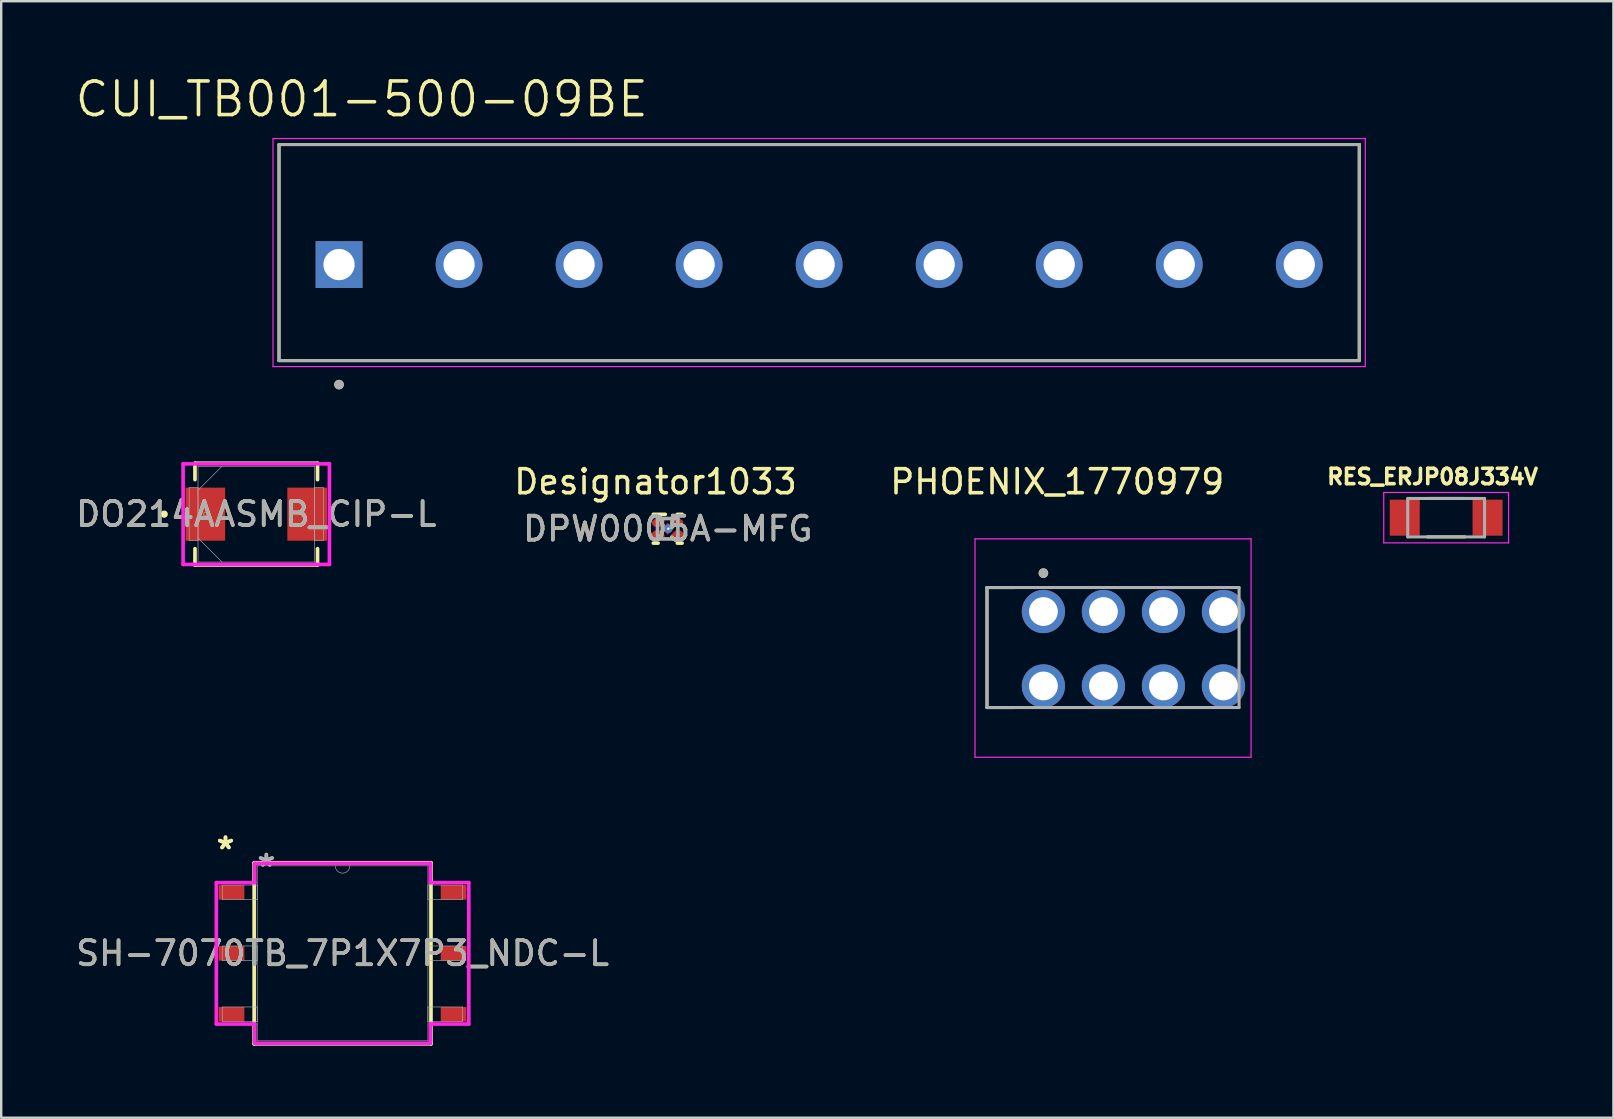
<source format=kicad_pcb>
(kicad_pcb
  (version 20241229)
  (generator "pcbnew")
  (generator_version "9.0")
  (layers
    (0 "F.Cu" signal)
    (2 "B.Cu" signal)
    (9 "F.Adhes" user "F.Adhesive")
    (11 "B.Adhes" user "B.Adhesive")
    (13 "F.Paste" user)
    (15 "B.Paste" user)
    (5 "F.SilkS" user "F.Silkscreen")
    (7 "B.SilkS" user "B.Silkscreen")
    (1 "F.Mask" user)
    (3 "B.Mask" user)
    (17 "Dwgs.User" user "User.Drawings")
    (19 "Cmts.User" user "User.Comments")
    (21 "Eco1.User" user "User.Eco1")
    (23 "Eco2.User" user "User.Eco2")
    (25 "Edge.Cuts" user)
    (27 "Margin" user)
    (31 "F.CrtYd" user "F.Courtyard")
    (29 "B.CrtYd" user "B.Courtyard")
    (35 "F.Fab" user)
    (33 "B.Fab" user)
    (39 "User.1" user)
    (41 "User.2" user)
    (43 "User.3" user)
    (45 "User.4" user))
  (footprint "SH-7070TB_7P1X7P3_NDC-L"
    (layer "F.Cu")
    (at 11.22 36.662)
    (property "Reference" "SH-7070TB_7P1X7P3_NDC-L" (at 0 0 0) (unlocked yes) (layer "F.SilkS") (effects (font (size 1 1) (thickness 0.15))))
    (attr smd)
    (fp_line (start -3.683 -3.772) (end -3.683 3.772) (stroke (width 0.152) (type solid)) (layer "F.SilkS"))
    (fp_line (start -3.683 3.772) (end 3.683 3.772) (stroke (width 0.152) (type solid)) (layer "F.SilkS"))
    (fp_line (start 3.683 -3.772) (end -3.683 -3.772) (stroke (width 0.152) (type solid)) (layer "F.SilkS"))
    (fp_line (start 3.683 3.772) (end 3.683 -3.772) (stroke (width 0.152) (type solid)) (layer "F.SilkS"))
    (fp_line (start -5.258 -2.946) (end -3.658 -2.946) (stroke (width 0.152) (type solid)) (layer "F.CrtYd"))
    (fp_line (start -5.258 2.946) (end -5.258 -2.946) (stroke (width 0.152) (type solid)) (layer "F.CrtYd"))
    (fp_line (start -5.258 2.946) (end -3.658 2.946) (stroke (width 0.152) (type solid)) (layer "F.CrtYd"))
    (fp_line (start -3.658 -3.747) (end 3.658 -3.747) (stroke (width 0.152) (type solid)) (layer "F.CrtYd"))
    (fp_line (start -3.658 -2.946) (end -3.658 -3.747) (stroke (width 0.152) (type solid)) (layer "F.CrtYd"))
    (fp_line (start -3.658 3.747) (end -3.658 2.946) (stroke (width 0.152) (type solid)) (layer "F.CrtYd"))
    (fp_line (start 3.658 -3.747) (end 3.658 -2.946) (stroke (width 0.152) (type solid)) (layer "F.CrtYd"))
    (fp_line (start 3.658 2.946) (end 3.658 3.747) (stroke (width 0.152) (type solid)) (layer "F.CrtYd"))
    (fp_line (start 3.658 3.747) (end -3.658 3.747) (stroke (width 0.152) (type solid)) (layer "F.CrtYd"))
    (fp_line (start 5.258 -2.946) (end 3.658 -2.946) (stroke (width 0.152) (type solid)) (layer "F.CrtYd"))
    (fp_line (start 5.258 -2.946) (end 5.258 2.946) (stroke (width 0.152) (type solid)) (layer "F.CrtYd"))
    (fp_line (start 5.258 2.946) (end 3.658 2.946) (stroke (width 0.152) (type solid)) (layer "F.CrtYd"))
    (fp_line (start -5.004 -2.845) (end -5.004 -2.235) (stroke (width 0.025) (type solid)) (layer "F.Fab"))
    (fp_line (start -5.004 -2.235) (end -3.556 -2.235) (stroke (width 0.025) (type solid)) (layer "F.Fab"))
    (fp_line (start -5.004 -0.305) (end -5.004 0.305) (stroke (width 0.025) (type solid)) (layer "F.Fab"))
    (fp_line (start -5.004 0.305) (end -3.556 0.305) (stroke (width 0.025) (type solid)) (layer "F.Fab"))
    (fp_line (start -5.004 2.235) (end -5.004 2.845) (stroke (width 0.025) (type solid)) (layer "F.Fab"))
    (fp_line (start -5.004 2.845) (end -3.556 2.845) (stroke (width 0.025) (type solid)) (layer "F.Fab"))
    (fp_line (start -3.556 -3.645) (end -3.556 3.645) (stroke (width 0.025) (type solid)) (layer "F.Fab"))
    (fp_line (start -3.556 -2.845) (end -5.004 -2.845) (stroke (width 0.025) (type solid)) (layer "F.Fab"))
    (fp_line (start -3.556 -2.235) (end -3.556 -2.845) (stroke (width 0.025) (type solid)) (layer "F.Fab"))
    (fp_line (start -3.556 -0.305) (end -5.004 -0.305) (stroke (width 0.025) (type solid)) (layer "F.Fab"))
    (fp_line (start -3.556 0.305) (end -3.556 -0.305) (stroke (width 0.025) (type solid)) (layer "F.Fab"))
    (fp_line (start -3.556 2.235) (end -5.004 2.235) (stroke (width 0.025) (type solid)) (layer "F.Fab"))
    (fp_line (start -3.556 2.845) (end -3.556 2.235) (stroke (width 0.025) (type solid)) (layer "F.Fab"))
    (fp_line (start -3.556 3.645) (end 3.556 3.645) (stroke (width 0.025) (type solid)) (layer "F.Fab"))
    (fp_line (start 3.556 -3.645) (end -3.556 -3.645) (stroke (width 0.025) (type solid)) (layer "F.Fab"))
    (fp_line (start 3.556 -2.845) (end 3.556 -2.235) (stroke (width 0.025) (type solid)) (layer "F.Fab"))
    (fp_line (start 3.556 -2.235) (end 5.004 -2.235) (stroke (width 0.025) (type solid)) (layer "F.Fab"))
    (fp_line (start 3.556 -0.305) (end 3.556 0.305) (stroke (width 0.025) (type solid)) (layer "F.Fab"))
    (fp_line (start 3.556 0.305) (end 5.004 0.305) (stroke (width 0.025) (type solid)) (layer "F.Fab"))
    (fp_line (start 3.556 2.235) (end 3.556 2.845) (stroke (width 0.025) (type solid)) (layer "F.Fab"))
    (fp_line (start 3.556 2.845) (end 5.004 2.845) (stroke (width 0.025) (type solid)) (layer "F.Fab"))
    (fp_line (start 3.556 3.645) (end 3.556 -3.645) (stroke (width 0.025) (type solid)) (layer "F.Fab"))
    (fp_line (start 5.004 -2.845) (end 3.556 -2.845) (stroke (width 0.025) (type solid)) (layer "F.Fab"))
    (fp_line (start 5.004 -2.235) (end 5.004 -2.845) (stroke (width 0.025) (type solid)) (layer "F.Fab"))
    (fp_line (start 5.004 -0.305) (end 3.556 -0.305) (stroke (width 0.025) (type solid)) (layer "F.Fab"))
    (fp_line (start 5.004 0.305) (end 5.004 -0.305) (stroke (width 0.025) (type solid)) (layer "F.Fab"))
    (fp_line (start 5.004 2.235) (end 3.556 2.235) (stroke (width 0.025) (type solid)) (layer "F.Fab"))
    (fp_line (start 5.004 2.845) (end 5.004 2.235) (stroke (width 0.025) (type solid)) (layer "F.Fab"))
    (fp_arc (start 0.3048 -3.6449) (mid 0 -3.3401) (end -0.3048 -3.6449) (stroke (width 0.0254) (type solid)) (layer "F.Fab"))
    (fp_text user "*" (at -4.877 -4.293 0) (layer "F.SilkS") (effects (font (size 1 1) (thickness 0.15))))
    (fp_text user "*" (at -4.877 -4.293 0) (unlocked yes) (layer "F.SilkS") (effects (font (size 1 1) (thickness 0.15))))
    (fp_text user "*" (at -3.175 -3.569 0) (layer "F.Fab") (effects (font (size 1 1) (thickness 0.15))))
    (fp_text user "${REFERENCE}" (at 0 0 0) (unlocked yes) (layer "F.Fab") (effects (font (size 1 1) (thickness 0.15))))
    (fp_text user "*" (at -3.175 -3.569 0) (unlocked yes) (layer "F.Fab") (effects (font (size 1 1) (thickness 0.15))))
    (pad "1" smd rect (at -4.623 -2.54) (size 1.067 0.61) (layers "F.Cu" "F.Mask" "F.Paste"))
    (pad "2" smd rect (at -4.623 0) (size 1.067 0.61) (layers "F.Cu" "F.Mask" "F.Paste"))
    (pad "3" smd rect (at -4.623 2.54) (size 1.067 0.61) (layers "F.Cu" "F.Mask" "F.Paste"))
    (pad "4" smd rect (at 4.623 2.54) (size 1.067 0.61) (layers "F.Cu" "F.Mask" "F.Paste"))
    (pad "5" smd rect (at 4.623 0) (size 1.067 0.61) (layers "F.Cu" "F.Mask" "F.Paste"))
    (pad "6" smd rect (at 4.623 -2.54) (size 1.067 0.61) (layers "F.Cu" "F.Mask" "F.Paste")))
  (footprint "CUI_TB001-500-09BE"
    (layer "F.Cu")
    (at 11.073 7.971)
    (property "Reference" "CUI_TB001-500-09BE" (at 0.945 -6.889 0) (layer "F.SilkS") (effects (font (size 1.4 1.4) (thickness 0.15))))
    (attr through_hole)
    (fp_line (start -2.5 -5) (end 42.5 -5) (stroke (width 0.127) (type solid)) (layer "F.SilkS"))
    (fp_line (start -2.5 4) (end -2.5 -5) (stroke (width 0.127) (type solid)) (layer "F.SilkS"))
    (fp_line (start 42.5 -5) (end 42.5 4) (stroke (width 0.127) (type solid)) (layer "F.SilkS"))
    (fp_line (start 42.5 4) (end -2.5 4) (stroke (width 0.127) (type solid)) (layer "F.SilkS"))
    (fp_circle (center 0 5) (end 0.1 5) (stroke (width 0.2) (type solid)) (fill no) (layer "F.SilkS"))
    (fp_line (start -2.75 -5.25) (end 42.75 -5.25) (stroke (width 0.05) (type solid)) (layer "F.CrtYd"))
    (fp_line (start -2.75 4.25) (end -2.75 -5.25) (stroke (width 0.05) (type solid)) (layer "F.CrtYd"))
    (fp_line (start 42.75 -5.25) (end 42.75 4.25) (stroke (width 0.05) (type solid)) (layer "F.CrtYd"))
    (fp_line (start 42.75 4.25) (end -2.75 4.25) (stroke (width 0.05) (type solid)) (layer "F.CrtYd"))
    (fp_line (start -2.5 -5) (end 42.5 -5) (stroke (width 0.127) (type solid)) (layer "F.Fab"))
    (fp_line (start -2.5 4) (end -2.5 -5) (stroke (width 0.127) (type solid)) (layer "F.Fab"))
    (fp_line (start 42.5 -5) (end 42.5 4) (stroke (width 0.127) (type solid)) (layer "F.Fab"))
    (fp_line (start 42.5 4) (end -2.5 4) (stroke (width 0.127) (type solid)) (layer "F.Fab"))
    (fp_circle (center 0 5) (end 0.1 5) (stroke (width 0.2) (type solid)) (fill no) (layer "F.Fab"))
    (pad "1" thru_hole rect (at 0 0) (size 1.95 1.95) (drill 1.3) (layers "*.Cu" "*.Mask"))
    (pad "2" thru_hole circle (at 5 0) (size 1.95 1.95) (drill 1.3) (layers "*.Cu" "*.Mask"))
    (pad "3" thru_hole circle (at 10 0) (size 1.95 1.95) (drill 1.3) (layers "*.Cu" "*.Mask"))
    (pad "4" thru_hole circle (at 15 0) (size 1.95 1.95) (drill 1.3) (layers "*.Cu" "*.Mask"))
    (pad "5" thru_hole circle (at 20 0) (size 1.95 1.95) (drill 1.3) (layers "*.Cu" "*.Mask"))
    (pad "6" thru_hole circle (at 25 0) (size 1.95 1.95) (drill 1.3) (layers "*.Cu" "*.Mask"))
    (pad "7" thru_hole circle (at 30 0) (size 1.95 1.95) (drill 1.3) (layers "*.Cu" "*.Mask"))
    (pad "8" thru_hole circle (at 35 0) (size 1.95 1.95) (drill 1.3) (layers "*.Cu" "*.Mask"))
    (pad "9" thru_hole circle (at 40 0) (size 1.95 1.95) (drill 1.3) (layers "*.Cu" "*.Mask")))
  (footprint "DO214AASMB_CIP-L"
    (layer "F.Cu")
    (at 7.625 18.368)
    (property "Reference" "DO214AASMB_CIP-L" (at 0 0 0) (unlocked yes) (layer "F.SilkS") (effects (font (size 1 1) (thickness 0.15))))
    (attr smd)
    (fp_line (start -2.553 -2.121) (end -2.553 -1.438) (stroke (width 0.152) (type solid)) (layer "F.SilkS"))
    (fp_line (start -2.553 1.438) (end -2.553 2.121) (stroke (width 0.152) (type solid)) (layer "F.SilkS"))
    (fp_line (start -2.553 2.121) (end 2.553 2.121) (stroke (width 0.152) (type solid)) (layer "F.SilkS"))
    (fp_line (start 2.553 -2.121) (end -2.553 -2.121) (stroke (width 0.152) (type solid)) (layer "F.SilkS"))
    (fp_line (start 2.553 -1.438) (end 2.553 -2.121) (stroke (width 0.152) (type solid)) (layer "F.SilkS"))
    (fp_line (start 2.553 2.121) (end 2.553 1.438) (stroke (width 0.152) (type solid)) (layer "F.SilkS"))
    (fp_circle (center -3.835 0) (end -3.759 0) (stroke (width 0.152) (type solid)) (fill no) (layer "F.SilkS"))
    (fp_line (start -3.048 -2.095) (end 3.048 -2.095) (stroke (width 0.152) (type solid)) (layer "F.CrtYd"))
    (fp_line (start -3.048 2.095) (end -3.048 -2.095) (stroke (width 0.152) (type solid)) (layer "F.CrtYd"))
    (fp_line (start 3.048 -2.095) (end 3.048 2.095) (stroke (width 0.152) (type solid)) (layer "F.CrtYd"))
    (fp_line (start 3.048 2.095) (end -3.048 2.095) (stroke (width 0.152) (type solid)) (layer "F.CrtYd"))
    (fp_line (start -2.794 -1.105) (end -2.794 1.105) (stroke (width 0.025) (type solid)) (layer "F.Fab"))
    (fp_line (start -2.794 1.105) (end -2.426 1.105) (stroke (width 0.025) (type solid)) (layer "F.Fab"))
    (fp_line (start -2.426 -1.994) (end -2.426 1.994) (stroke (width 0.025) (type solid)) (layer "F.Fab"))
    (fp_line (start -2.426 -1.105) (end -2.794 -1.105) (stroke (width 0.025) (type solid)) (layer "F.Fab"))
    (fp_line (start -2.426 -0.997) (end -1.429 -1.994) (stroke (width 0.025) (type solid)) (layer "F.Fab"))
    (fp_line (start -2.426 0.997) (end -1.429 1.994) (stroke (width 0.025) (type solid)) (layer "F.Fab"))
    (fp_line (start -2.426 1.105) (end -2.426 -1.105) (stroke (width 0.025) (type solid)) (layer "F.Fab"))
    (fp_line (start -2.426 1.994) (end 2.426 1.994) (stroke (width 0.025) (type solid)) (layer "F.Fab"))
    (fp_line (start 2.426 -1.994) (end -2.426 -1.994) (stroke (width 0.025) (type solid)) (layer "F.Fab"))
    (fp_line (start 2.426 -1.105) (end 2.426 1.105) (stroke (width 0.025) (type solid)) (layer "F.Fab"))
    (fp_line (start 2.426 1.105) (end 2.794 1.105) (stroke (width 0.025) (type solid)) (layer "F.Fab"))
    (fp_line (start 2.426 1.994) (end 2.426 -1.994) (stroke (width 0.025) (type solid)) (layer "F.Fab"))
    (fp_line (start 2.794 -1.105) (end 2.426 -1.105) (stroke (width 0.025) (type solid)) (layer "F.Fab"))
    (fp_line (start 2.794 1.105) (end 2.794 -1.105) (stroke (width 0.025) (type solid)) (layer "F.Fab"))
    (fp_circle (center -2.121 0) (end -2.045 0) (stroke (width 0.025) (type solid)) (fill no) (layer "F.Fab"))
    (fp_text user "${REFERENCE}" (at 0 0 0) (unlocked yes) (layer "F.Fab") (effects (font (size 1 1) (thickness 0.15))))
    (pad "1" smd rect (at -2.121 0) (size 1.651 2.21) (layers "F.Cu" "F.Mask" "F.Paste"))
    (pad "2" smd rect (at 2.121 0) (size 1.651 2.21) (layers "F.Cu" "F.Mask" "F.Paste"))
    (zone (net_name "") (layer "F.Cu") (hatch full 0.508) (connect_pads) (min_thickness 0.254) (filled_areas_thickness no) (keepout (tracks not_allowed) (vias not_allowed) (pads allowed) (copperpour not_allowed) (footprints allowed)) (placement (enabled no)) (fill) (polygon (pts (xy 6.38 16.425) (xy 8.87 16.425) (xy 8.87 20.311) (xy 6.38 20.311)))))
  (footprint "DPW0005A-MFG"
    (layer "F.Cu")
    (at 24.764 18.975)
    (property "Reference" "DPW0005A-MFG" (at 0 0 0) (unlocked yes) (layer "F.SilkS") (effects (font (size 1 1) (thickness 0.15))))
    (attr smd)
    (fp_poly (pts (xy -0.65 -0.3) (xy -0.55 -0.4) (xy -0.13 -0.4) (xy -0.13 -0.27) (xy -0.32 -0.08) (xy -0.55 -0.08) (xy -0.65 -0.18)) (stroke (width 0) (type solid)) (fill yes) (layer "F.Cu"))
    (fp_poly (pts (xy -0.65 0.3) (xy -0.55 0.4) (xy -0.13 0.4) (xy -0.13 0.27) (xy -0.32 0.08) (xy -0.55 0.08) (xy -0.65 0.18)) (stroke (width 0) (type solid)) (fill yes) (layer "F.Cu"))
    (fp_poly (pts (xy 0.65 -0.3) (xy 0.55 -0.4) (xy 0.13 -0.4) (xy 0.13 -0.27) (xy 0.32 -0.08) (xy 0.55 -0.08) (xy 0.65 -0.18)) (stroke (width 0) (type solid)) (fill yes) (layer "F.Cu"))
    (fp_poly (pts (xy 0.65 0.3) (xy 0.55 0.4) (xy 0.13 0.4) (xy 0.13 0.27) (xy 0.32 0.08) (xy 0.55 0.08) (xy 0.65 0.18)) (stroke (width 0) (type solid)) (fill yes) (layer "F.Cu"))
    (fp_poly (pts (xy -0.6 0.3) (xy -0.55 0.35) (xy -0.18 0.35) (xy -0.18 0.29) (xy -0.34 0.13) (xy -0.55 0.13) (xy -0.6 0.18)) (stroke (width 0) (type solid)) (fill yes) (layer "F.Mask"))
    (fp_poly (pts (xy -0.6 -0.3) (xy -0.55 -0.35) (xy -0.18 -0.35) (xy -0.18 -0.29) (xy -0.34 -0.13) (xy -0.55 -0.13) (xy -0.6 -0.18)) (stroke (width 0) (type solid)) (fill yes) (layer "F.Mask"))
    (fp_poly (pts (xy 0.6 -0.3) (xy 0.55 -0.35) (xy 0.18 -0.35) (xy 0.18 -0.29) (xy 0.34 -0.13) (xy 0.55 -0.13) (xy 0.6 -0.18)) (stroke (width 0) (type solid)) (fill yes) (layer "F.Mask"))
    (fp_poly (pts (xy 0.6 0.3) (xy 0.55 0.35) (xy 0.18 0.35) (xy 0.18 0.29) (xy 0.34 0.13) (xy 0.55 0.13) (xy 0.6 0.18)) (stroke (width 0) (type solid)) (fill yes) (layer "F.Mask"))
    (fp_poly (pts (xy 0.035 -0.142) (xy 0.141 -0.035) (xy 0.141 0.035) (xy 0.035 0.141) (xy -0.035 0.141) (xy -0.141 0.035) (xy -0.141 -0.035) (xy -0.035 -0.141)) (stroke (width 0) (type solid)) (fill yes) (layer "F.Mask"))
    (fp_line (start -0.6 -0.6) (end -0.1 -0.6) (stroke (width 0.15) (type solid)) (layer "F.SilkS"))
    (fp_line (start -0.6 0.6) (end -0.4 0.6) (stroke (width 0.15) (type solid)) (layer "F.SilkS"))
    (fp_line (start 0.4 -0.6) (end 0.6 -0.6) (stroke (width 0.15) (type solid)) (layer "F.SilkS"))
    (fp_line (start 0.4 0.6) (end 0.6 0.6) (stroke (width 0.15) (type solid)) (layer "F.SilkS"))
    (fp_poly (pts (xy -0.6 0.3) (xy -0.55 0.35) (xy -0.18 0.35) (xy -0.18 0.29) (xy -0.34 0.13) (xy -0.55 0.13) (xy -0.6 0.18)) (stroke (width 0) (type solid)) (fill yes) (layer "F.Paste"))
    (fp_poly (pts (xy -0.6 -0.3) (xy -0.55 -0.35) (xy -0.18 -0.35) (xy -0.18 -0.29) (xy -0.34 -0.13) (xy -0.55 -0.13) (xy -0.6 -0.18)) (stroke (width 0) (type solid)) (fill yes) (layer "F.Paste"))
    (fp_poly (pts (xy 0.6 -0.3) (xy 0.55 -0.35) (xy 0.18 -0.35) (xy 0.18 -0.29) (xy 0.34 -0.13) (xy 0.55 -0.13) (xy 0.6 -0.18)) (stroke (width 0) (type solid)) (fill yes) (layer "F.Paste"))
    (fp_poly (pts (xy 0.6 0.3) (xy 0.55 0.35) (xy 0.18 0.35) (xy 0.18 0.29) (xy 0.34 0.13) (xy 0.55 0.13) (xy 0.6 0.18)) (stroke (width 0) (type solid)) (fill yes) (layer "F.Paste"))
    (fp_poly (pts (xy 0.135 0.035) (xy 0.035 0.134) (xy -0.035 0.134) (xy -0.134 0.035) (xy -0.134 -0.035) (xy -0.035 -0.134) (xy 0.035 -0.134) (xy 0.134 -0.035)) (stroke (width 0) (type solid)) (fill yes) (layer "F.Paste"))
    (fp_line (start -0.425 -0.425) (end 0.425 -0.425) (stroke (width 0.15) (type solid)) (layer "F.Fab"))
    (fp_line (start -0.425 0.425) (end -0.425 -0.425) (stroke (width 0.15) (type solid)) (layer "F.Fab"))
    (fp_line (start -0.425 0.425) (end 0.425 0.425) (stroke (width 0.15) (type solid)) (layer "F.Fab"))
    (fp_line (start 0.425 0.425) (end 0.425 -0.425) (stroke (width 0.15) (type solid)) (layer "F.Fab"))
    (fp_text user "Designator1033" (at -0.508 -1.956 0) (unlocked yes) (layer "F.SilkS") (effects (font (size 1 1) (thickness 0.15))))
    (fp_text user "${REFERENCE}" (at 0 0 0) (unlocked yes) (layer "F.Fab") (effects (font (size 1 1) (thickness 0.15))))
    (pad "1" smd circle (at -0.39 -0.24) (size 0.288 0.288) (layers "F.Cu"))
    (pad "2" smd circle (at -0.39 0.24) (size 0.288 0.288) (layers "F.Cu"))
    (pad "3" smd rect (at 0 0 315) (size 0.35 0.35) (layers "F.Cu"))
    (pad "4" smd circle (at 0.39 0.24) (size 0.288 0.288) (layers "F.Cu"))
    (pad "5" smd circle (at 0.39 -0.24) (size 0.288 0.288) (layers "F.Cu"))
    (pad "6" thru_hole circle (at 0.025 0) (size 0.35 0.35) (drill 0.102) (layers "*.Cu" "*.Mask")))
  (footprint "PHOENIX_1770979"
    (layer "F.Cu")
    (at 38.065 26.424)
    (property "Reference" "PHOENIX_1770979" (at 2.925 -9.405 0) (layer "F.SilkS") (effects (font (size 1 1) (thickness 0.15))))
    (attr through_hole)
    (fp_line (start 0 -5) (end 0 0) (stroke (width 0.127) (type solid)) (layer "F.SilkS"))
    (fp_line (start 0 0) (end 1.13 0) (stroke (width 0.127) (type solid)) (layer "F.SilkS"))
    (fp_line (start 1.13 -5) (end 0 -5) (stroke (width 0.127) (type solid)) (layer "F.SilkS"))
    (fp_circle (center 2.35 -5.6) (end 2.45 -5.6) (stroke (width 0.2) (type solid)) (fill no) (layer "F.SilkS"))
    (fp_line (start -0.5 -7.028) (end -0.5 2.072) (stroke (width 0.05) (type solid)) (layer "F.CrtYd"))
    (fp_line (start -0.5 2.072) (end 11 2.072) (stroke (width 0.05) (type solid)) (layer "F.CrtYd"))
    (fp_line (start 11 -7.028) (end -0.5 -7.028) (stroke (width 0.05) (type solid)) (layer "F.CrtYd"))
    (fp_line (start 11 2.072) (end 11 -7.028) (stroke (width 0.05) (type solid)) (layer "F.CrtYd"))
    (fp_line (start 0 -5) (end 0 0) (stroke (width 0.127) (type solid)) (layer "F.Fab"))
    (fp_line (start 0 0) (end 10.5 0) (stroke (width 0.127) (type solid)) (layer "F.Fab"))
    (fp_line (start 10.5 -5) (end 0 -5) (stroke (width 0.127) (type solid)) (layer "F.Fab"))
    (fp_line (start 10.5 0) (end 10.5 -5) (stroke (width 0.127) (type solid)) (layer "F.Fab"))
    (fp_circle (center 2.35 -5.6) (end 2.45 -5.6) (stroke (width 0.2) (type solid)) (fill no) (layer "F.Fab"))
    (pad "1_1" thru_hole circle (at 2.35 -4) (size 1.8 1.8) (drill 1.2) (layers "*.Cu" "*.Mask"))
    (pad "1_2" thru_hole circle (at 2.35 -0.9) (size 1.8 1.8) (drill 1.2) (layers "*.Cu" "*.Mask"))
    (pad "2_1" thru_hole circle (at 4.85 -4) (size 1.8 1.8) (drill 1.2) (layers "*.Cu" "*.Mask"))
    (pad "2_2" thru_hole circle (at 4.85 -0.9) (size 1.8 1.8) (drill 1.2) (layers "*.Cu" "*.Mask"))
    (pad "3_1" thru_hole circle (at 7.35 -4) (size 1.8 1.8) (drill 1.2) (layers "*.Cu" "*.Mask"))
    (pad "3_2" thru_hole circle (at 7.35 -0.9) (size 1.8 1.8) (drill 1.2) (layers "*.Cu" "*.Mask"))
    (pad "4_1" thru_hole circle (at 9.85 -4) (size 1.8 1.8) (drill 1.2) (layers "*.Cu" "*.Mask"))
    (pad "4_2" thru_hole circle (at 9.85 -0.9) (size 1.8 1.8) (drill 1.2) (layers "*.Cu" "*.Mask")))
  (footprint "RES_ERJP08J334V"
    (layer "F.Cu")
    (at 57.192 18.515)
    (property "Reference" "RES_ERJP08J334V" (at -0.568 -1.706 0) (layer "F.SilkS") (effects (font (size 0.64 0.64) (thickness 0.15))))
    (attr smd)
    (fp_line (start -0.78 -0.8) (end 0.78 -0.8) (stroke (width 0.127) (type solid)) (layer "F.SilkS"))
    (fp_line (start -0.78 0.8) (end 0.78 0.8) (stroke (width 0.127) (type solid)) (layer "F.SilkS"))
    (fp_line (start -2.6 -1.05) (end -2.6 1.05) (stroke (width 0.05) (type solid)) (layer "F.CrtYd"))
    (fp_line (start -2.6 1.05) (end 2.6 1.05) (stroke (width 0.05) (type solid)) (layer "F.CrtYd"))
    (fp_line (start 2.6 -1.05) (end -2.6 -1.05) (stroke (width 0.05) (type solid)) (layer "F.CrtYd"))
    (fp_line (start 2.6 1.05) (end 2.6 -1.05) (stroke (width 0.05) (type solid)) (layer "F.CrtYd"))
    (fp_line (start -1.6 -0.8) (end -1.6 0.8) (stroke (width 0.127) (type solid)) (layer "F.Fab"))
    (fp_line (start -1.6 -0.8) (end 1.6 -0.8) (stroke (width 0.127) (type solid)) (layer "F.Fab"))
    (fp_line (start -1.6 0.8) (end 1.6 0.8) (stroke (width 0.127) (type solid)) (layer "F.Fab"))
    (fp_line (start 1.6 -0.8) (end 1.6 0.8) (stroke (width 0.127) (type solid)) (layer "F.Fab"))
    (pad "1" smd rect (at -1.725 0) (size 1.25 1.5) (layers "F.Cu" "F.Mask" "F.Paste"))
    (pad "2" smd rect (at 1.725 0) (size 1.25 1.5) (layers "F.Cu" "F.Mask" "F.Paste")))
  (gr_rect
    (start -3 -3)
    (end 64.159 43.51)
    (stroke (width 0.1) (type default))
    (fill no)
    (layer "Edge.Cuts")))
</source>
